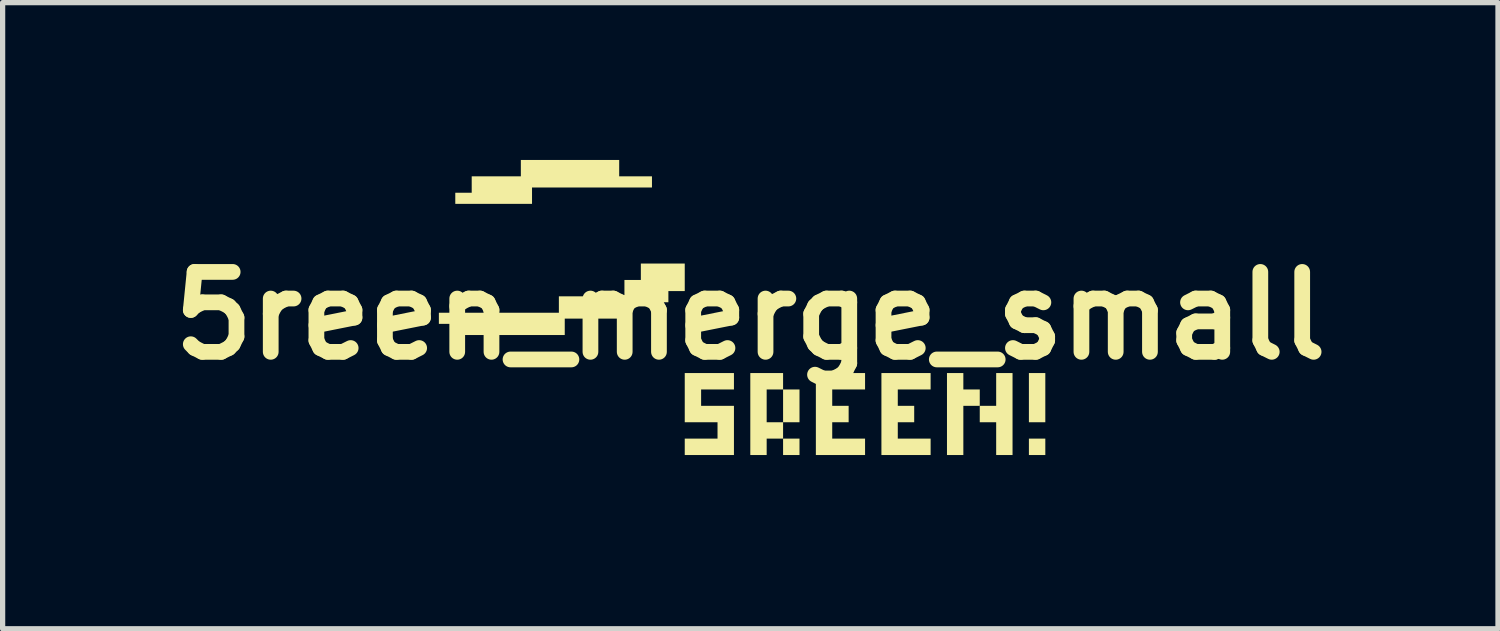
<source format=kicad_pcb>
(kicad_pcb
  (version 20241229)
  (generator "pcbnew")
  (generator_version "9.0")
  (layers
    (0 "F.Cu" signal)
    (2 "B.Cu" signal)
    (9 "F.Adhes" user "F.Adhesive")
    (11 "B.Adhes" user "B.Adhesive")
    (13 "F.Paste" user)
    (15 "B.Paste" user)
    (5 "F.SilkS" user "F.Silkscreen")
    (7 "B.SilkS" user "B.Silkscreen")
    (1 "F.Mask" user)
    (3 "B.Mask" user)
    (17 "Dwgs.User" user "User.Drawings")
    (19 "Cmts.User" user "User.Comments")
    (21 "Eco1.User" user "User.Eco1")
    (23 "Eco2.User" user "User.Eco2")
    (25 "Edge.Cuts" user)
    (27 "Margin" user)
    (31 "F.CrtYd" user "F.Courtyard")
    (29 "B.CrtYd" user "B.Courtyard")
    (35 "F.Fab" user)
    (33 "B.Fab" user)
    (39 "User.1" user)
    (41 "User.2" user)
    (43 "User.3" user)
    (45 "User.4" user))
  (footprint "5reen_merge_small"
    (layer "F.Cu")
    (at 11.256 2.969)
    (property "Reference" "5reen_merge_small" (at 0 0 0) (layer "F.SilkS") (effects (font (size 1.524 1.524) (thickness 0.3))))
    (attr board_only exclude_from_pos_files exclude_from_bom)
    (fp_poly (pts (xy -2.812 2.969) (xy -4.062 2.969) (xy -4.062 2.657) (xy -2.812 2.657)) (stroke (width 0) (type solid)) (fill yes) (layer "F.Mask"))
    (fp_poly (pts (xy -1.562 1.407) (xy -1.875 1.407) (xy -1.875 1.719) (xy -2.188 1.719) (xy -2.188 2.344) (xy -4.688 2.344) (xy -4.688 2.032) (xy -3.75 2.032) (xy -3.125 2.032) (xy -3.125 1.407) (xy -2.188 1.407) (xy -2.188 0.781) (xy -3.125 0.781) (xy -3.125 1.407) (xy -3.75 1.407) (xy -3.75 2.032) (xy -4.688 2.032) (xy -4.688 1.719) (xy -5 1.719) (xy -5 1.407) (xy -4.688 1.407) (xy -3.75 1.407) (xy -3.75 0.781) (xy -4.688 0.781) (xy -4.688 1.407) (xy -5 1.407) (xy -5.312 1.407) (xy -5.312 0.469) (xy -3.438 0.469) (xy -3.438 0.156) (xy -2.188 0.156) (xy -2.188 -0.156) (xy -1.562 -0.156)) (stroke (width 0) (type solid)) (fill yes) (layer "F.Mask"))
    (fp_poly (pts (xy -1.562 -2.032) (xy -1.25 -2.032) (xy -1.25 -1.094) (xy -2.188 -1.094) (xy -2.188 -0.781) (xy -2.5 -0.781) (xy -2.5 -0.469) (xy -3.75 -0.469) (xy -3.75 -0.156) (xy -5.938 -0.156) (xy -5.938 -0.469) (xy -5 -0.469) (xy -4.062 -0.469) (xy -4.062 -1.094) (xy -3.75 -1.094) (xy -3.75 -0.781) (xy -2.812 -0.781) (xy -2.812 -1.094) (xy -3.125 -1.094) (xy -3.125 -1.719) (xy -2.812 -1.719) (xy -2.812 -2.032) (xy -3.75 -2.032) (xy -3.75 -1.407) (xy -4.062 -1.407) (xy -4.062 -1.719) (xy -5 -1.719) (xy -5 -1.407) (xy -4.688 -1.407) (xy -4.688 -0.781) (xy -5 -0.781) (xy -5 -0.469) (xy -5.938 -0.469) (xy -5.938 -1.719) (xy -5.625 -1.719) (xy -5.625 -2.032) (xy -4.062 -2.032) (xy -4.062 -2.344) (xy -1.562 -2.344)) (stroke (width 0) (type solid)) (fill yes) (layer "F.Mask"))
    (fp_poly (pts (xy 0.938 2.657) (xy 0.625 2.657) (xy 0.625 2.344) (xy 0.938 2.344)) (stroke (width 0) (type solid)) (fill yes) (layer "F.SilkS"))
    (fp_poly (pts (xy 5.625 2.032) (xy 5.312 2.032) (xy 5.312 1.094) (xy 5.625 1.094)) (stroke (width 0) (type solid)) (fill yes) (layer "F.SilkS"))
    (fp_poly (pts (xy 5.625 2.657) (xy 5.312 2.657) (xy 5.312 2.344) (xy 5.625 2.344)) (stroke (width 0) (type solid)) (fill yes) (layer "F.SilkS"))
    (fp_poly (pts (xy 4.062 1.407) (xy 4.375 1.407) (xy 4.375 1.719) (xy 4.062 1.719) (xy 4.062 2.657) (xy 3.75 2.657) (xy 3.75 1.094) (xy 4.062 1.094)) (stroke (width 0) (type solid)) (fill yes) (layer "F.SilkS"))
    (fp_poly (pts (xy 5 2.657) (xy 4.688 2.657) (xy 4.688 2.032) (xy 4.375 2.032) (xy 4.375 1.719) (xy 4.688 1.719) (xy 4.688 1.094) (xy 5 1.094)) (stroke (width 0) (type solid)) (fill yes) (layer "F.SilkS"))
    (fp_poly (pts (xy -2.5 -2.657) (xy -1.875 -2.657) (xy -1.875 -2.444) (xy -4.162 -2.444) (xy -4.162 -2.132) (xy -5.625 -2.132) (xy -5.625 -2.344) (xy -5.312 -2.344) (xy -5.312 -2.657) (xy -4.375 -2.657) (xy -4.375 -2.969) (xy -2.5 -2.969)) (stroke (width 0) (type solid)) (fill yes) (layer "F.SilkS"))
    (fp_poly (pts (xy -0.312 1.407) (xy -0.938 1.407) (xy -0.938 1.719) (xy -0.312 1.719) (xy -0.312 2.657) (xy -1.25 2.657) (xy -1.25 2.344) (xy -0.625 2.344) (xy -0.625 2.032) (xy -1.25 2.032) (xy -1.25 1.094) (xy -0.312 1.094)) (stroke (width 0) (type solid)) (fill yes) (layer "F.SilkS"))
    (fp_poly (pts (xy 2.188 1.407) (xy 1.562 1.407) (xy 1.562 1.719) (xy 1.875 1.719) (xy 1.875 2.032) (xy 1.562 2.032) (xy 1.562 2.344) (xy 2.188 2.344) (xy 2.188 2.657) (xy 1.25 2.657) (xy 1.25 1.094) (xy 2.188 1.094)) (stroke (width 0) (type solid)) (fill yes) (layer "F.SilkS"))
    (fp_poly (pts (xy 3.438 1.407) (xy 2.812 1.407) (xy 2.812 1.719) (xy 3.125 1.719) (xy 3.125 2.032) (xy 2.812 2.032) (xy 2.812 2.344) (xy 3.438 2.344) (xy 3.438 2.657) (xy 2.5 2.657) (xy 2.5 1.094) (xy 3.438 1.094)) (stroke (width 0) (type solid)) (fill yes) (layer "F.SilkS"))
    (fp_poly (pts (xy 0.938 1.407) (xy 0.938 2.032) (xy 0.625 2.032) (xy 0.625 2.344) (xy 0.312 2.344) (xy 0.312 2.657) (xy 0 2.657) (xy 0 2.032) (xy 0.312 2.032) (xy 0.625 2.032) (xy 0.625 1.407) (xy 0.312 1.407) (xy 0.312 2.032) (xy 0 2.032) (xy 0 1.094) (xy 0.625 1.094) (xy 0.625 1.407)) (stroke (width 0) (type solid)) (fill yes) (layer "F.SilkS"))
    (fp_poly (pts (xy -1.25 -0.469) (xy -1.562 -0.469) (xy -1.562 -0.256) (xy -2.288 -0.256) (xy -2.288 0.056) (xy -3.538 0.056) (xy -3.538 0.369) (xy -5.625 0.369) (xy -5.625 0.156) (xy -5.938 0.156) (xy -5.938 -0.056) (xy -3.65 -0.056) (xy -3.65 -0.369) (xy -2.4 -0.369) (xy -2.4 -0.681) (xy -2.087 -0.681) (xy -2.087 -0.994) (xy -1.25 -0.994)) (stroke (width 0) (type solid)) (fill yes) (layer "F.SilkS")))
  (gr_rect
    (start -3 -3)
    (end 25.512 8.939)
    (stroke (width 0.1) (type default))
    (fill no)
    (layer "Edge.Cuts")))
</source>
